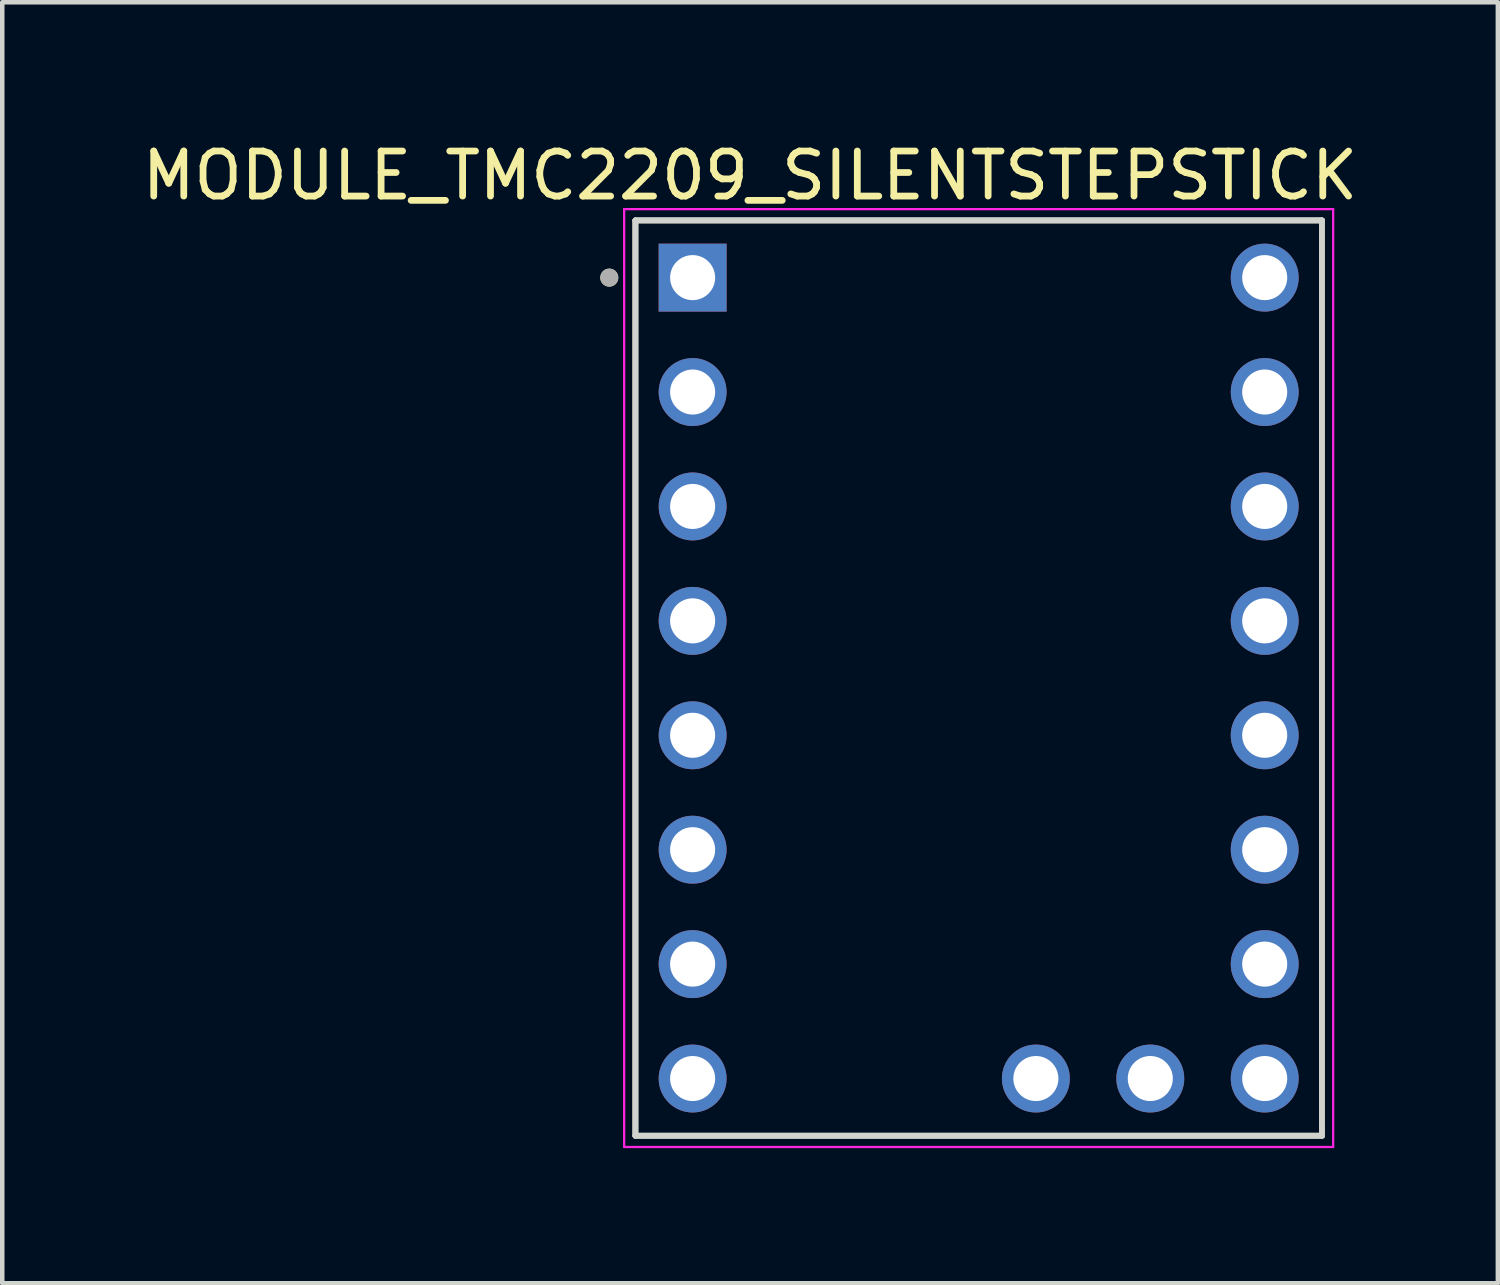
<source format=kicad_pcb>
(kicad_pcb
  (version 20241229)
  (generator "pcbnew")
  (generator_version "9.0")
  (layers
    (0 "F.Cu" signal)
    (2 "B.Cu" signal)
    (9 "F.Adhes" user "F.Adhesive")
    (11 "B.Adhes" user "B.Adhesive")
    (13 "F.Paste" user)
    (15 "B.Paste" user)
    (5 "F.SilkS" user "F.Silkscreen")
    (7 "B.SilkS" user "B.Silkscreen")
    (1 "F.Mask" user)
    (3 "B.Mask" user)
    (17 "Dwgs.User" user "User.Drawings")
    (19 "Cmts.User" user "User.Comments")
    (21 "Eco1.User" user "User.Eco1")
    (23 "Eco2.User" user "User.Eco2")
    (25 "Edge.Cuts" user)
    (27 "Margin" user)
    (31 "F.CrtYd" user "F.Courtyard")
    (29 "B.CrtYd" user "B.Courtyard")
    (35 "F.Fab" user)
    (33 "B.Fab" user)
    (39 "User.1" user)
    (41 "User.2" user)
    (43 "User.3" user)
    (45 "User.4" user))
  (footprint "MODULE_TMC2209_SILENTSTEPSTICK"
    (layer "F.Cu")
    (at 18.676 12.003)
    (property "Reference" "MODULE_TMC2209_SILENTSTEPSTICK" (at -5.075 -11.155 0) (layer "F.SilkS") (effects (font (size 1 1) (thickness 0.15))))
    (attr through_hole)
    (fp_line (start -7.62 -10.16) (end 7.62 -10.16) (stroke (width 0.127) (type solid)) (layer "F.SilkS"))
    (fp_line (start -7.62 10.16) (end -7.62 -10.16) (stroke (width 0.127) (type solid)) (layer "F.SilkS"))
    (fp_line (start 7.62 -10.16) (end 7.62 10.16) (stroke (width 0.127) (type solid)) (layer "F.SilkS"))
    (fp_line (start 7.62 10.16) (end -7.62 10.16) (stroke (width 0.127) (type solid)) (layer "F.SilkS"))
    (fp_circle (center -8.2 -8.89) (end -8.1 -8.89) (stroke (width 0.2) (type solid)) (fill no) (layer "F.SilkS"))
    (fp_line (start -7.62 -10.16) (end 7.62 -10.16) (stroke (width 0.127) (type solid)) (layer "Edge.Cuts"))
    (fp_line (start -7.62 10.16) (end -7.62 -10.16) (stroke (width 0.127) (type solid)) (layer "Edge.Cuts"))
    (fp_line (start 7.62 -10.16) (end 7.62 10.16) (stroke (width 0.127) (type solid)) (layer "Edge.Cuts"))
    (fp_line (start 7.62 10.16) (end -7.62 10.16) (stroke (width 0.127) (type solid)) (layer "Edge.Cuts"))
    (fp_line (start -7.87 -10.41) (end 7.87 -10.41) (stroke (width 0.05) (type solid)) (layer "F.CrtYd"))
    (fp_line (start -7.87 10.41) (end -7.87 -10.41) (stroke (width 0.05) (type solid)) (layer "F.CrtYd"))
    (fp_line (start 7.87 -10.41) (end 7.87 10.41) (stroke (width 0.05) (type solid)) (layer "F.CrtYd"))
    (fp_line (start 7.87 10.41) (end -7.87 10.41) (stroke (width 0.05) (type solid)) (layer "F.CrtYd"))
    (fp_line (start -7.62 -10.16) (end 7.62 -10.16) (stroke (width 0.127) (type solid)) (layer "F.Fab"))
    (fp_line (start -7.62 10.16) (end -7.62 -10.16) (stroke (width 0.127) (type solid)) (layer "F.Fab"))
    (fp_line (start 7.62 -10.16) (end 7.62 10.16) (stroke (width 0.127) (type solid)) (layer "F.Fab"))
    (fp_line (start 7.62 10.16) (end -7.62 10.16) (stroke (width 0.127) (type solid)) (layer "F.Fab"))
    (fp_circle (center -8.2 -8.89) (end -8.1 -8.89) (stroke (width 0.2) (type solid)) (fill no) (layer "F.Fab"))
    (pad "1" thru_hole rect (at -6.35 -8.89) (size 1.508 1.508) (drill 1) (layers "*.Cu" "*.Mask"))
    (pad "2" thru_hole circle (at -6.35 -6.35) (size 1.508 1.508) (drill 1) (layers "*.Cu" "*.Mask"))
    (pad "3" thru_hole circle (at -6.35 -3.81) (size 1.508 1.508) (drill 1) (layers "*.Cu" "*.Mask"))
    (pad "4" thru_hole circle (at -6.35 -1.27) (size 1.508 1.508) (drill 1) (layers "*.Cu" "*.Mask"))
    (pad "5" thru_hole circle (at -6.35 1.27) (size 1.508 1.508) (drill 1) (layers "*.Cu" "*.Mask"))
    (pad "6" thru_hole circle (at -6.35 3.81) (size 1.508 1.508) (drill 1) (layers "*.Cu" "*.Mask"))
    (pad "7" thru_hole circle (at -6.35 6.35) (size 1.508 1.508) (drill 1) (layers "*.Cu" "*.Mask"))
    (pad "8" thru_hole circle (at -6.35 8.89) (size 1.508 1.508) (drill 1) (layers "*.Cu" "*.Mask"))
    (pad "9" thru_hole circle (at 6.35 -8.89) (size 1.508 1.508) (drill 1) (layers "*.Cu" "*.Mask"))
    (pad "10" thru_hole circle (at 6.35 -6.35) (size 1.508 1.508) (drill 1) (layers "*.Cu" "*.Mask"))
    (pad "11" thru_hole circle (at 6.35 -3.81) (size 1.508 1.508) (drill 1) (layers "*.Cu" "*.Mask"))
    (pad "12" thru_hole circle (at 6.35 -1.27) (size 1.508 1.508) (drill 1) (layers "*.Cu" "*.Mask"))
    (pad "13" thru_hole circle (at 6.35 1.27) (size 1.508 1.508) (drill 1) (layers "*.Cu" "*.Mask"))
    (pad "14" thru_hole circle (at 6.35 3.81) (size 1.508 1.508) (drill 1) (layers "*.Cu" "*.Mask"))
    (pad "15" thru_hole circle (at 6.35 6.35) (size 1.508 1.508) (drill 1) (layers "*.Cu" "*.Mask"))
    (pad "16" thru_hole circle (at 6.35 8.89) (size 1.508 1.508) (drill 1) (layers "*.Cu" "*.Mask"))
    (pad "17" thru_hole circle (at 1.27 8.89) (size 1.508 1.508) (drill 1) (layers "*.Cu" "*.Mask"))
    (pad "18" thru_hole circle (at 3.81 8.89) (size 1.508 1.508) (drill 1) (layers "*.Cu" "*.Mask")))
  (gr_rect
    (start -3 -3)
    (end 30.202 25.438)
    (stroke (width 0.1) (type default))
    (fill no)
    (layer "Edge.Cuts")))
</source>
